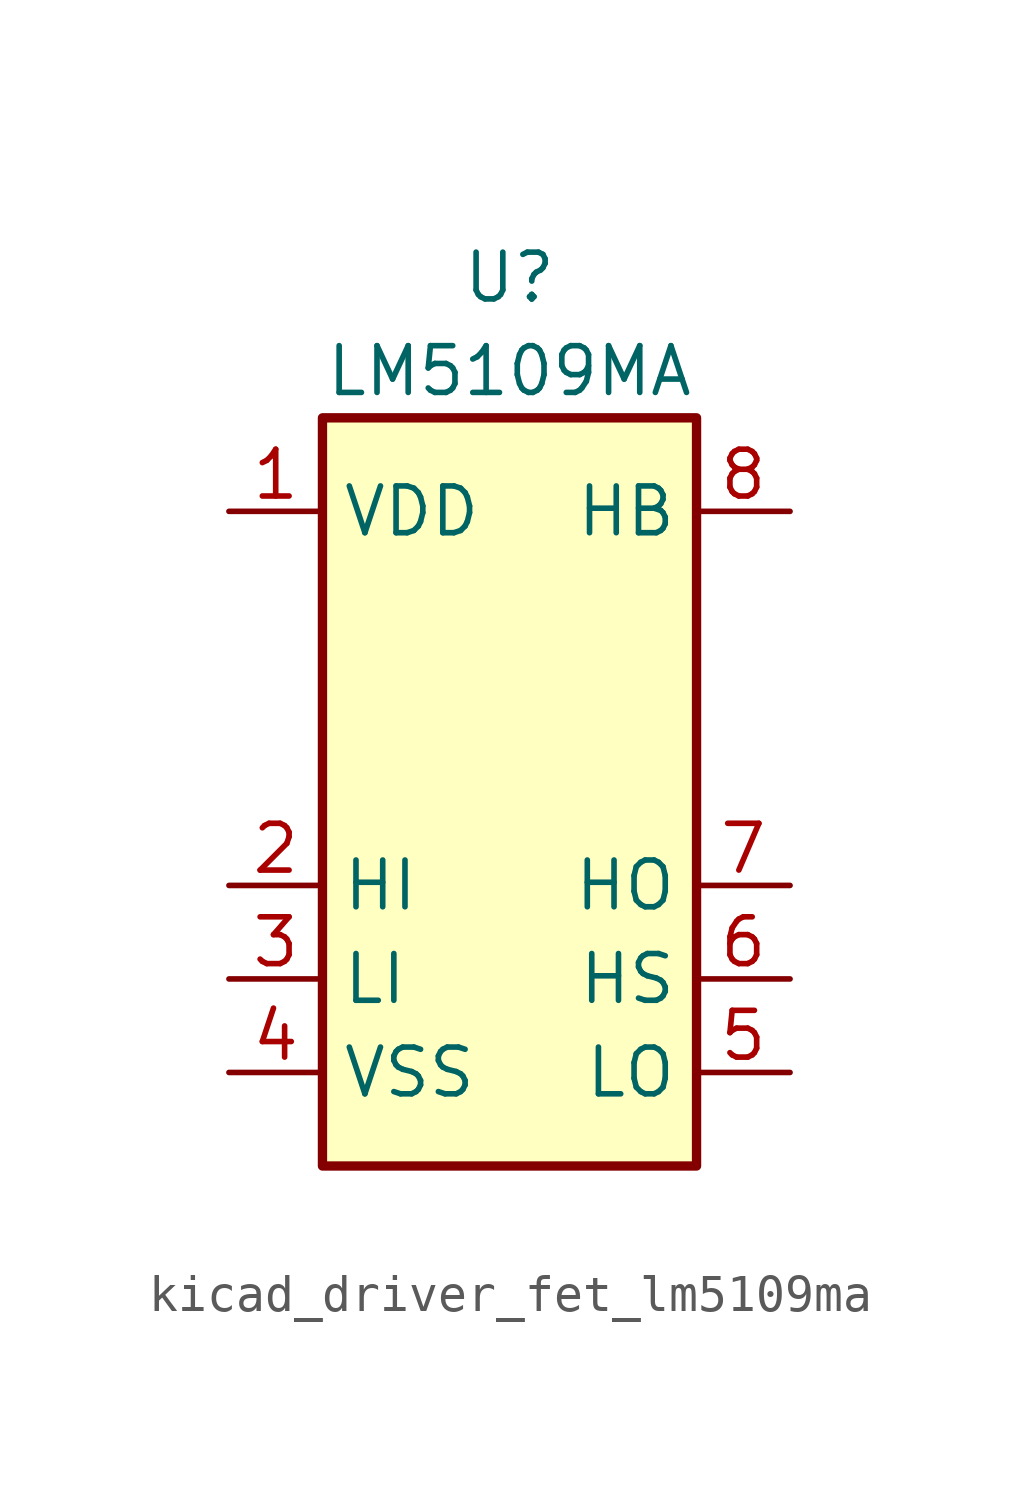
<source format=kicad_sym>
(kicad_symbol_lib
  (version 20220914)
  (generator kicad_symbol_editor)
  (symbol "kicad_driver_fet_lm5109ma"
    (property "Reference" "U"
      (at 0 13.97 0)
      (effects (font (size 1.27 1.27))))
    (property "Value" "LM5109MA"
      (at 0 11.43 0)
      (effects (font (size 1.27 1.27))))
    (symbol "kicad_driver_fet_lm5109ma_0_1"
      (rectangle (start -5.08 -10.16) (end 5.08 10.16) (stroke (width 0.254) (type default)) (fill (type background))))
    (symbol "kicad_driver_fet_lm5109ma_1_1"
      (pin power_in line (at -7.62 7.62 0) (length 2.54) (name "VDD" (effects (font (size 1.27 1.27)))) (number "1" (effects (font (size 1.27 1.27)))))
      (pin input line (at -7.62 -2.54 0) (length 2.54) (name "HI" (effects (font (size 1.27 1.27)))) (number "2" (effects (font (size 1.27 1.27)))))
      (pin input line (at -7.62 -5.08 0) (length 2.54) (name "LI" (effects (font (size 1.27 1.27)))) (number "3" (effects (font (size 1.27 1.27)))))
      (pin power_in line (at -7.62 -7.62 0) (length 2.54) (name "VSS" (effects (font (size 1.27 1.27)))) (number "4" (effects (font (size 1.27 1.27)))))
      (pin output line (at 7.62 -7.62 180) (length 2.54) (name "LO" (effects (font (size 1.27 1.27)))) (number "5" (effects (font (size 1.27 1.27)))))
      (pin passive line (at 7.62 -5.08 180) (length 2.54) (name "HS" (effects (font (size 1.27 1.27)))) (number "6" (effects (font (size 1.27 1.27)))))
      (pin output line (at 7.62 -2.54 180) (length 2.54) (name "HO" (effects (font (size 1.27 1.27)))) (number "7" (effects (font (size 1.27 1.27)))))
      (pin passive line (at 7.62 7.62 180) (length 2.54) (name "HB" (effects (font (size 1.27 1.27)))) (number "8" (effects (font (size 1.27 1.27))))))))
</source>
